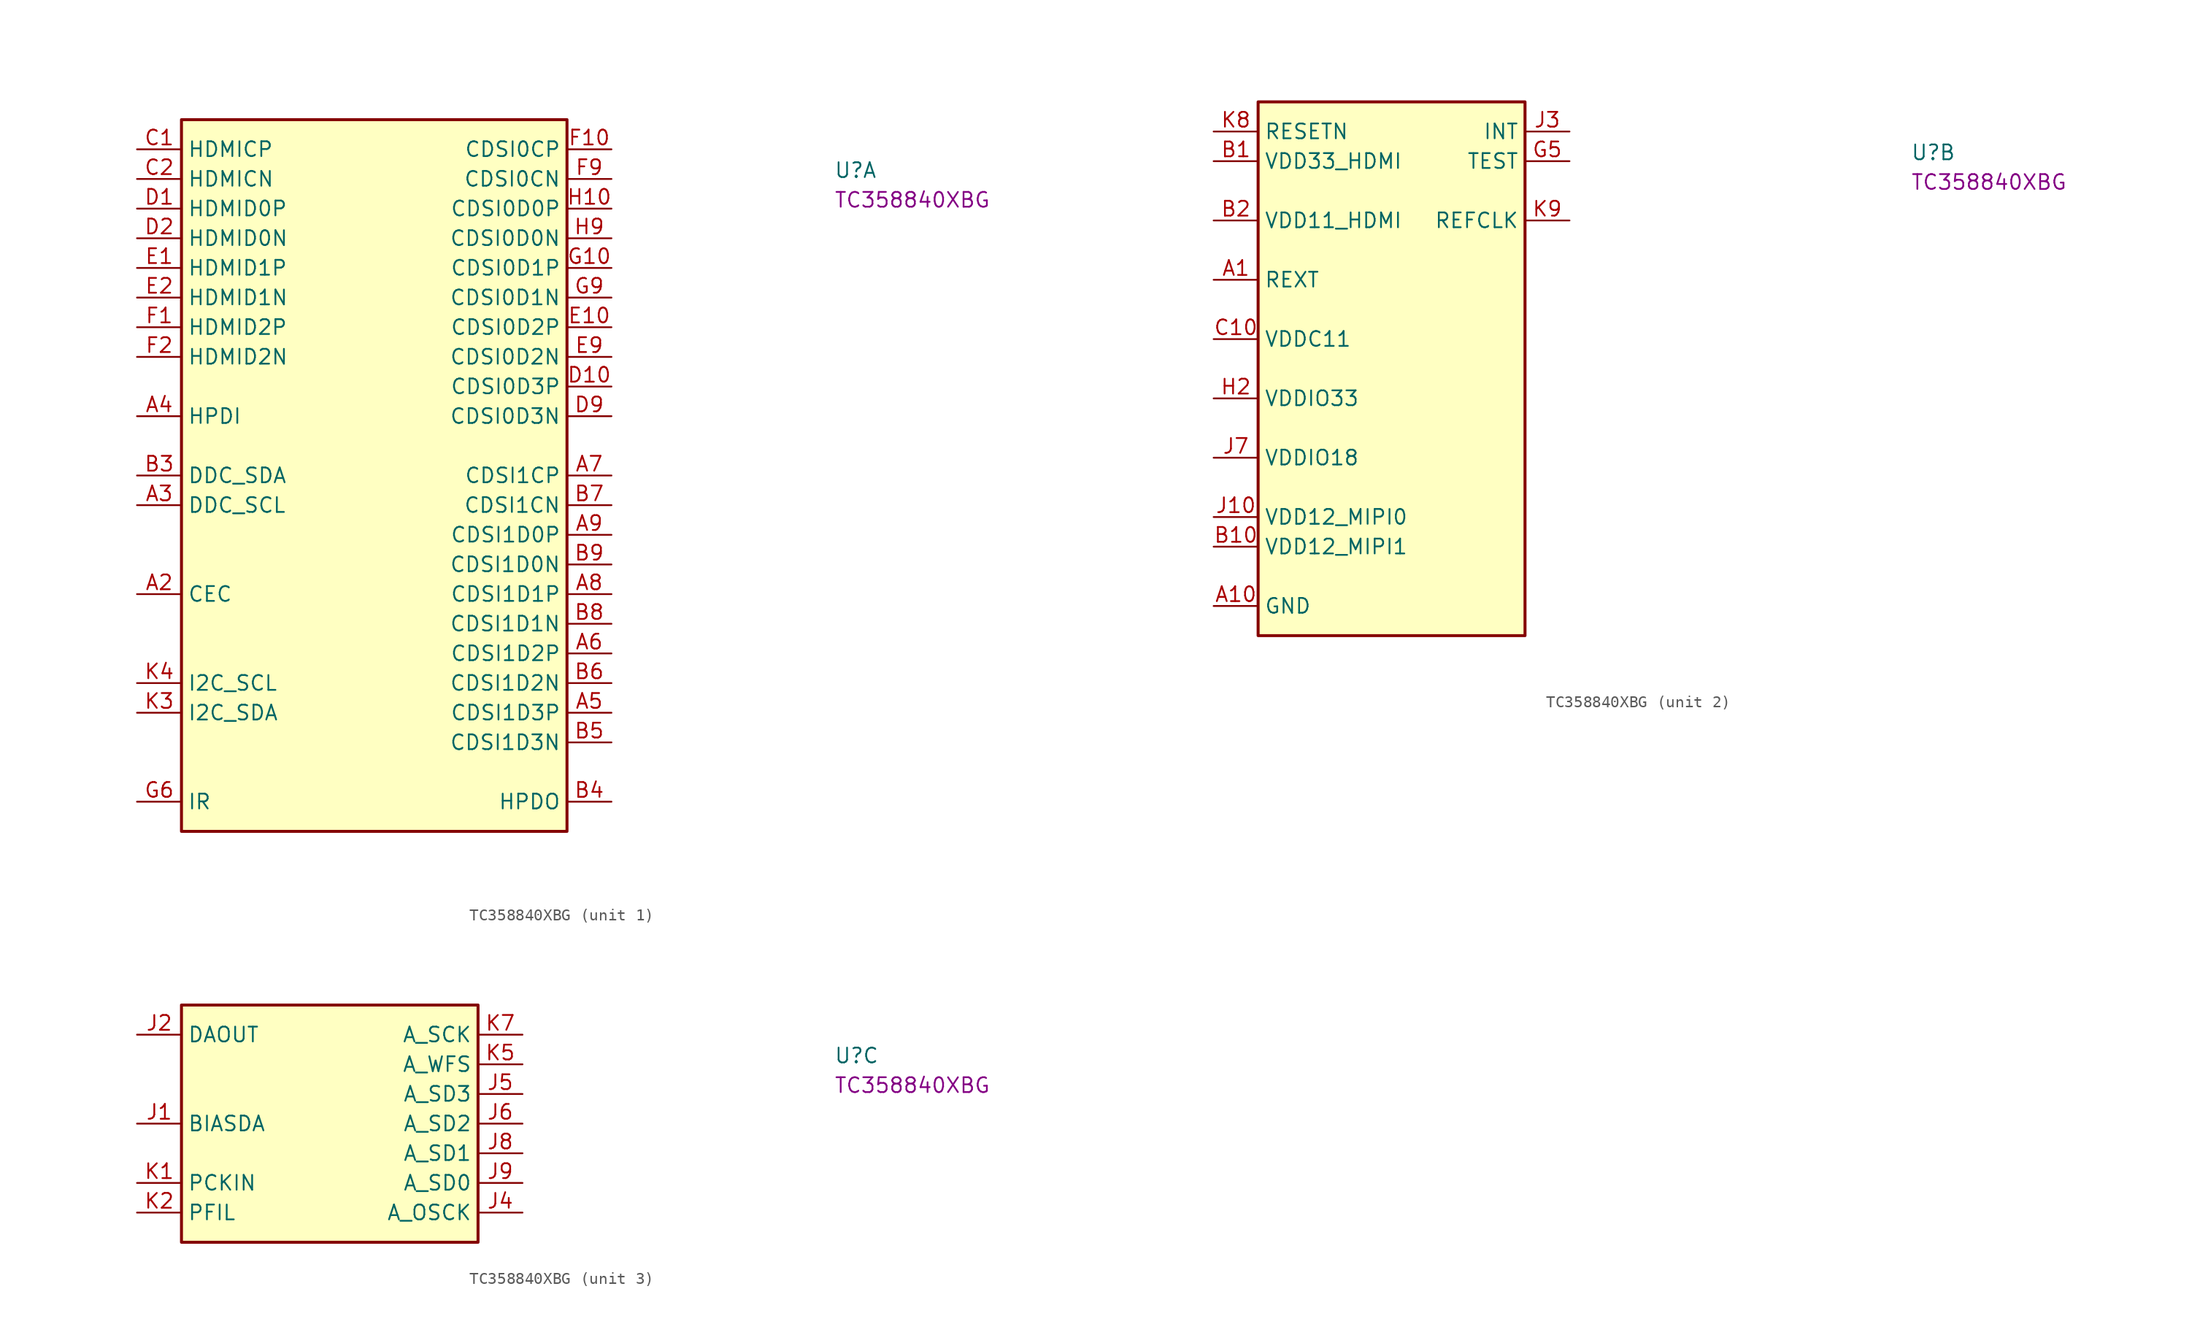
<source format=kicad_sym>
(kicad_symbol_lib
  (version 20220914)
  (generator kicad_symbol_editor)
  (symbol "TC358840XBG"
    (property "Reference" "U"
      (at 59.69 -2.54 0)
      (effects (font (size 1.27 1.27) (thickness 0.15)) (justify left bottom)))
    (property "MPN" "TC358840XBG"
      (at 59.69 -5.08 0)
      (effects (font (size 1.27 1.27) (thickness 0.15)) (justify left bottom)))
    (property "ki_locked" ""
      (at 0 0 0)
      (effects (font (size 1.27 1.27))))
    (symbol "TC358840XBG_1_1"
      (rectangle (start 3.81 2.54) (end 36.83 -58.42) (stroke (width 0.254) (type default)) (fill (type background)))
      (pin passive line (at 0 -38.1 0) (length 3.81) (name "CEC" (effects (font (size 1.27 1.27)))) (number "A2" (effects (font (size 1.27 1.27)))))
      (pin passive line (at 0 -30.48 0) (length 3.81) (name "DDC_SCL" (effects (font (size 1.27 1.27)))) (number "A3" (effects (font (size 1.27 1.27)))))
      (pin passive line (at 0 -22.86 0) (length 3.81) (name "HPDI" (effects (font (size 1.27 1.27)))) (number "A4" (effects (font (size 1.27 1.27)))))
      (pin passive line (at 40.64 -48.26 180) (length 3.81) (name "CDSI1D3P" (effects (font (size 1.27 1.27)))) (number "A5" (effects (font (size 1.27 1.27)))))
      (pin passive line (at 40.64 -43.18 180) (length 3.81) (name "CDSI1D2P" (effects (font (size 1.27 1.27)))) (number "A6" (effects (font (size 1.27 1.27)))))
      (pin passive line (at 40.64 -27.94 180) (length 3.81) (name "CDSI1CP" (effects (font (size 1.27 1.27)))) (number "A7" (effects (font (size 1.27 1.27)))))
      (pin passive line (at 40.64 -38.1 180) (length 3.81) (name "CDSI1D1P" (effects (font (size 1.27 1.27)))) (number "A8" (effects (font (size 1.27 1.27)))))
      (pin passive line (at 40.64 -33.02 180) (length 3.81) (name "CDSI1D0P" (effects (font (size 1.27 1.27)))) (number "A9" (effects (font (size 1.27 1.27)))))
      (pin passive line (at 0 -27.94 0) (length 3.81) (name "DDC_SDA" (effects (font (size 1.27 1.27)))) (number "B3" (effects (font (size 1.27 1.27)))))
      (pin passive line (at 40.64 -55.88 180) (length 3.81) (name "HPDO" (effects (font (size 1.27 1.27)))) (number "B4" (effects (font (size 1.27 1.27)))))
      (pin passive line (at 40.64 -50.8 180) (length 3.81) (name "CDSI1D3N" (effects (font (size 1.27 1.27)))) (number "B5" (effects (font (size 1.27 1.27)))))
      (pin passive line (at 40.64 -45.72 180) (length 3.81) (name "CDSI1D2N" (effects (font (size 1.27 1.27)))) (number "B6" (effects (font (size 1.27 1.27)))))
      (pin passive line (at 40.64 -30.48 180) (length 3.81) (name "CDSI1CN" (effects (font (size 1.27 1.27)))) (number "B7" (effects (font (size 1.27 1.27)))))
      (pin passive line (at 40.64 -40.64 180) (length 3.81) (name "CDSI1D1N" (effects (font (size 1.27 1.27)))) (number "B8" (effects (font (size 1.27 1.27)))))
      (pin passive line (at 40.64 -35.56 180) (length 3.81) (name "CDSI1D0N" (effects (font (size 1.27 1.27)))) (number "B9" (effects (font (size 1.27 1.27)))))
      (pin passive line (at 0 0 0) (length 3.81) (name "HDMICP" (effects (font (size 1.27 1.27)))) (number "C1" (effects (font (size 1.27 1.27)))))
      (pin passive line (at 0 -2.54 0) (length 3.81) (name "HDMICN" (effects (font (size 1.27 1.27)))) (number "C2" (effects (font (size 1.27 1.27)))))
      (pin passive line (at 0 -5.08 0) (length 3.81) (name "HDMID0P" (effects (font (size 1.27 1.27)))) (number "D1" (effects (font (size 1.27 1.27)))))
      (pin passive line (at 40.64 -20.32 180) (length 3.81) (name "CDSI0D3P" (effects (font (size 1.27 1.27)))) (number "D10" (effects (font (size 1.27 1.27)))))
      (pin passive line (at 0 -7.62 0) (length 3.81) (name "HDMID0N" (effects (font (size 1.27 1.27)))) (number "D2" (effects (font (size 1.27 1.27)))))
      (pin passive line (at 40.64 -22.86 180) (length 3.81) (name "CDSI0D3N" (effects (font (size 1.27 1.27)))) (number "D9" (effects (font (size 1.27 1.27)))))
      (pin passive line (at 0 -10.16 0) (length 3.81) (name "HDMID1P" (effects (font (size 1.27 1.27)))) (number "E1" (effects (font (size 1.27 1.27)))))
      (pin passive line (at 40.64 -15.24 180) (length 3.81) (name "CDSI0D2P" (effects (font (size 1.27 1.27)))) (number "E10" (effects (font (size 1.27 1.27)))))
      (pin passive line (at 0 -12.7 0) (length 3.81) (name "HDMID1N" (effects (font (size 1.27 1.27)))) (number "E2" (effects (font (size 1.27 1.27)))))
      (pin passive line (at 40.64 -17.78 180) (length 3.81) (name "CDSI0D2N" (effects (font (size 1.27 1.27)))) (number "E9" (effects (font (size 1.27 1.27)))))
      (pin passive line (at 0 -15.24 0) (length 3.81) (name "HDMID2P" (effects (font (size 1.27 1.27)))) (number "F1" (effects (font (size 1.27 1.27)))))
      (pin passive line (at 40.64 0 180) (length 3.81) (name "CDSI0CP" (effects (font (size 1.27 1.27)))) (number "F10" (effects (font (size 1.27 1.27)))))
      (pin passive line (at 0 -17.78 0) (length 3.81) (name "HDMID2N" (effects (font (size 1.27 1.27)))) (number "F2" (effects (font (size 1.27 1.27)))))
      (pin passive line (at 40.64 -2.54 180) (length 3.81) (name "CDSI0CN" (effects (font (size 1.27 1.27)))) (number "F9" (effects (font (size 1.27 1.27)))))
      (pin passive line (at 40.64 -10.16 180) (length 3.81) (name "CDSI0D1P" (effects (font (size 1.27 1.27)))) (number "G10" (effects (font (size 1.27 1.27)))))
      (pin passive line (at 0 -55.88 0) (length 3.81) (name "IR" (effects (font (size 1.27 1.27)))) (number "G6" (effects (font (size 1.27 1.27)))))
      (pin passive line (at 40.64 -12.7 180) (length 3.81) (name "CDSI0D1N" (effects (font (size 1.27 1.27)))) (number "G9" (effects (font (size 1.27 1.27)))))
      (pin passive line (at 40.64 -5.08 180) (length 3.81) (name "CDSI0D0P" (effects (font (size 1.27 1.27)))) (number "H10" (effects (font (size 1.27 1.27)))))
      (pin passive line (at 40.64 -7.62 180) (length 3.81) (name "CDSI0D0N" (effects (font (size 1.27 1.27)))) (number "H9" (effects (font (size 1.27 1.27)))))
      (pin passive line (at 0 -48.26 0) (length 3.81) (name "I2C_SDA" (effects (font (size 1.27 1.27)))) (number "K3" (effects (font (size 1.27 1.27)))))
      (pin passive line (at 0 -45.72 0) (length 3.81) (name "I2C_SCL" (effects (font (size 1.27 1.27)))) (number "K4" (effects (font (size 1.27 1.27))))))
    (symbol "TC358840XBG_2_1"
      (rectangle (start 3.81 2.54) (end 26.67 -43.18) (stroke (width 0.254) (type default)) (fill (type background)))
      (pin passive line (at 0 -12.7 0) (length 3.81) (name "REXT" (effects (font (size 1.27 1.27)))) (number "A1" (effects (font (size 1.27 1.27)))))
      (pin power_in line (at 0 -40.64 0) (length 3.81) (name "GND" (effects (font (size 1.27 1.27)))) (number "A10" (effects (font (size 1.27 1.27)))))
      (pin power_in line (at 0 -2.54 0) (length 3.81) (name "VDD33_HDMI" (effects (font (size 1.27 1.27)))) (number "B1" (effects (font (size 1.27 1.27)))))
      (pin power_in line (at 0 -35.56 0) (length 3.81) (name "VDD12_MIPI1" (effects (font (size 1.27 1.27)))) (number "B10" (effects (font (size 1.27 1.27)))))
      (pin power_in line (at 0 -7.62 0) (length 3.81) (name "VDD11_HDMI" (effects (font (size 1.27 1.27)))) (number "B2" (effects (font (size 1.27 1.27)))))
      (pin power_in line (at 0 -17.78 0) (length 3.81) (name "VDDC11" (effects (font (size 1.27 1.27)))) (number "C10" (effects (font (size 1.27 1.27)))))
      (pin passive line (at 0 -40.64 0) (length 3.81) hide (name "GND" (effects (font (size 1.27 1.27)))) (number "C9" (effects (font (size 1.27 1.27)))))
      (pin passive line (at 0 -40.64 0) (length 3.81) hide (name "GND" (effects (font (size 1.27 1.27)))) (number "D4" (effects (font (size 1.27 1.27)))))
      (pin passive line (at 0 -40.64 0) (length 3.81) hide (name "GND" (effects (font (size 1.27 1.27)))) (number "D5" (effects (font (size 1.27 1.27)))))
      (pin passive line (at 0 -40.64 0) (length 3.81) hide (name "GND" (effects (font (size 1.27 1.27)))) (number "D6" (effects (font (size 1.27 1.27)))))
      (pin passive line (at 0 -40.64 0) (length 3.81) hide (name "GND" (effects (font (size 1.27 1.27)))) (number "D7" (effects (font (size 1.27 1.27)))))
      (pin passive line (at 0 -40.64 0) (length 3.81) hide (name "GND" (effects (font (size 1.27 1.27)))) (number "E4" (effects (font (size 1.27 1.27)))))
      (pin passive line (at 0 -40.64 0) (length 3.81) hide (name "GND" (effects (font (size 1.27 1.27)))) (number "E5" (effects (font (size 1.27 1.27)))))
      (pin passive line (at 0 -40.64 0) (length 3.81) hide (name "GND" (effects (font (size 1.27 1.27)))) (number "E6" (effects (font (size 1.27 1.27)))))
      (pin passive line (at 0 -40.64 0) (length 3.81) hide (name "GND" (effects (font (size 1.27 1.27)))) (number "E7" (effects (font (size 1.27 1.27)))))
      (pin passive line (at 0 -40.64 0) (length 3.81) hide (name "GND" (effects (font (size 1.27 1.27)))) (number "F4" (effects (font (size 1.27 1.27)))))
      (pin passive line (at 0 -40.64 0) (length 3.81) hide (name "GND" (effects (font (size 1.27 1.27)))) (number "F5" (effects (font (size 1.27 1.27)))))
      (pin passive line (at 0 -40.64 0) (length 3.81) hide (name "GND" (effects (font (size 1.27 1.27)))) (number "F6" (effects (font (size 1.27 1.27)))))
      (pin passive line (at 0 -40.64 0) (length 3.81) hide (name "GND" (effects (font (size 1.27 1.27)))) (number "F7" (effects (font (size 1.27 1.27)))))
      (pin passive line (at 0 -2.54 0) (length 3.81) hide (name "VDD33_HDMI" (effects (font (size 1.27 1.27)))) (number "G1" (effects (font (size 1.27 1.27)))))
      (pin passive line (at 0 -7.62 0) (length 3.81) hide (name "VDD11_HDMI" (effects (font (size 1.27 1.27)))) (number "G2" (effects (font (size 1.27 1.27)))))
      (pin passive line (at 0 -40.64 0) (length 3.81) hide (name "GND" (effects (font (size 1.27 1.27)))) (number "G4" (effects (font (size 1.27 1.27)))))
      (pin passive line (at 30.48 -2.54 180) (length 3.81) (name "TEST" (effects (font (size 1.27 1.27)))) (number "G5" (effects (font (size 1.27 1.27)))))
      (pin passive line (at 0 -40.64 0) (length 3.81) hide (name "GND" (effects (font (size 1.27 1.27)))) (number "G7" (effects (font (size 1.27 1.27)))))
      (pin passive line (at 0 -40.64 0) (length 3.81) hide (name "GND" (effects (font (size 1.27 1.27)))) (number "H1" (effects (font (size 1.27 1.27)))))
      (pin power_in line (at 0 -22.86 0) (length 3.81) (name "VDDIO33" (effects (font (size 1.27 1.27)))) (number "H2" (effects (font (size 1.27 1.27)))))
      (pin power_in line (at 0 -33.02 0) (length 3.81) (name "VDD12_MIPI0" (effects (font (size 1.27 1.27)))) (number "J10" (effects (font (size 1.27 1.27)))))
      (pin passive line (at 30.48 0 180) (length 3.81) (name "INT" (effects (font (size 1.27 1.27)))) (number "J3" (effects (font (size 1.27 1.27)))))
      (pin power_in line (at 0 -27.94 0) (length 3.81) (name "VDDIO18" (effects (font (size 1.27 1.27)))) (number "J7" (effects (font (size 1.27 1.27)))))
      (pin passive line (at 0 -40.64 0) (length 3.81) hide (name "GND" (effects (font (size 1.27 1.27)))) (number "K10" (effects (font (size 1.27 1.27)))))
      (pin passive line (at 0 -17.78 0) (length 3.81) hide (name "VDDC11" (effects (font (size 1.27 1.27)))) (number "K6" (effects (font (size 1.27 1.27)))))
      (pin passive line (at 0 0 0) (length 3.81) (name "RESETN" (effects (font (size 1.27 1.27)))) (number "K8" (effects (font (size 1.27 1.27)))))
      (pin passive line (at 30.48 -7.62 180) (length 3.81) (name "REFCLK" (effects (font (size 1.27 1.27)))) (number "K9" (effects (font (size 1.27 1.27))))))
    (symbol "TC358840XBG_3_1"
      (rectangle (start 3.81 2.54) (end 29.21 -17.78) (stroke (width 0.254) (type default)) (fill (type background)))
      (pin passive line (at 0 -7.62 0) (length 3.81) (name "BIASDA" (effects (font (size 1.27 1.27)))) (number "J1" (effects (font (size 1.27 1.27)))))
      (pin passive line (at 0 0 0) (length 3.81) (name "DAOUT" (effects (font (size 1.27 1.27)))) (number "J2" (effects (font (size 1.27 1.27)))))
      (pin passive line (at 33.02 -15.24 180) (length 3.81) (name "A_OSCK" (effects (font (size 1.27 1.27)))) (number "J4" (effects (font (size 1.27 1.27)))))
      (pin passive line (at 33.02 -5.08 180) (length 3.81) (name "A_SD3" (effects (font (size 1.27 1.27)))) (number "J5" (effects (font (size 1.27 1.27)))))
      (pin passive line (at 33.02 -7.62 180) (length 3.81) (name "A_SD2" (effects (font (size 1.27 1.27)))) (number "J6" (effects (font (size 1.27 1.27)))))
      (pin passive line (at 33.02 -10.16 180) (length 3.81) (name "A_SD1" (effects (font (size 1.27 1.27)))) (number "J8" (effects (font (size 1.27 1.27)))))
      (pin passive line (at 33.02 -12.7 180) (length 3.81) (name "A_SD0" (effects (font (size 1.27 1.27)))) (number "J9" (effects (font (size 1.27 1.27)))))
      (pin passive line (at 0 -12.7 0) (length 3.81) (name "PCKIN" (effects (font (size 1.27 1.27)))) (number "K1" (effects (font (size 1.27 1.27)))))
      (pin passive line (at 0 -15.24 0) (length 3.81) (name "PFIL" (effects (font (size 1.27 1.27)))) (number "K2" (effects (font (size 1.27 1.27)))))
      (pin passive line (at 33.02 -2.54 180) (length 3.81) (name "A_WFS" (effects (font (size 1.27 1.27)))) (number "K5" (effects (font (size 1.27 1.27)))))
      (pin passive line (at 33.02 0 180) (length 3.81) (name "A_SCK" (effects (font (size 1.27 1.27)))) (number "K7" (effects (font (size 1.27 1.27))))))))
</source>
